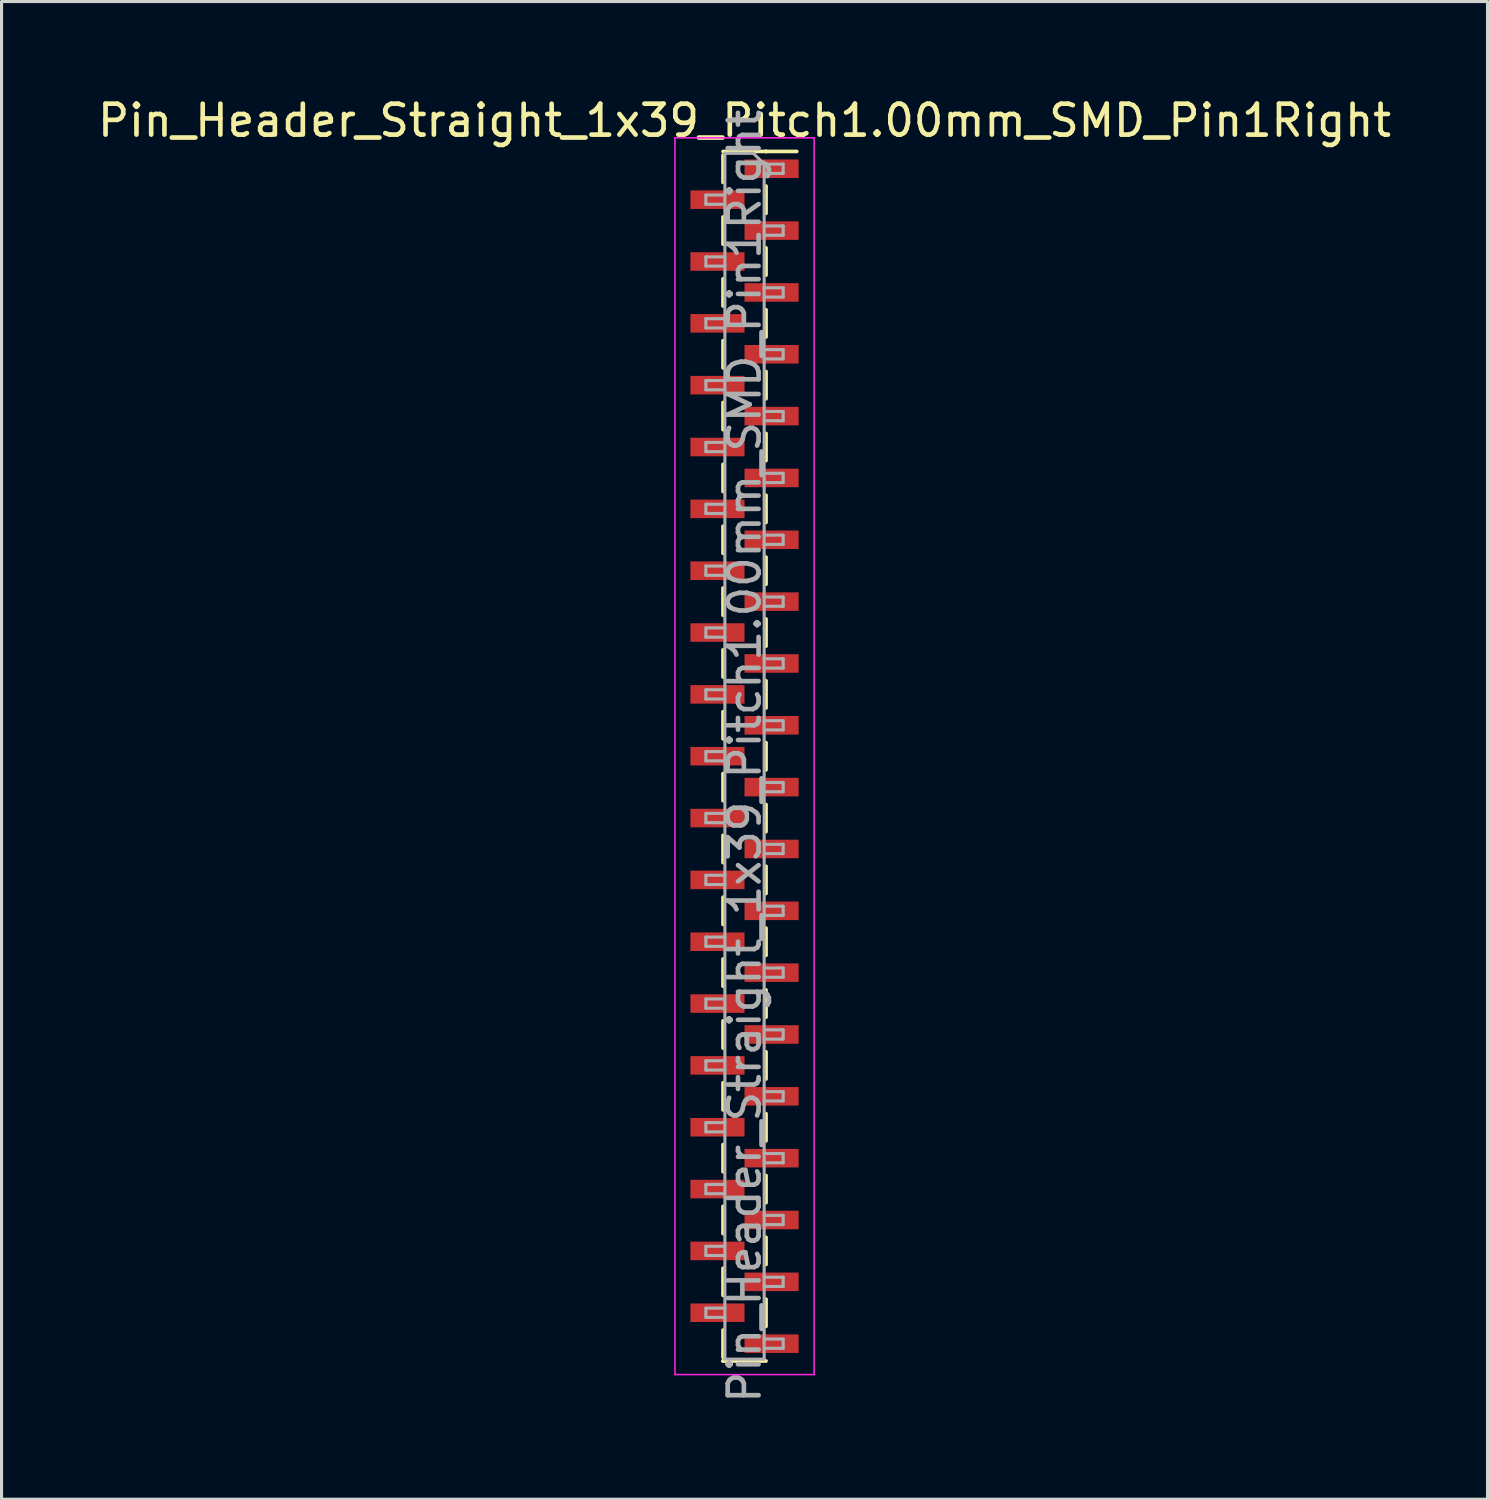
<source format=kicad_pcb>
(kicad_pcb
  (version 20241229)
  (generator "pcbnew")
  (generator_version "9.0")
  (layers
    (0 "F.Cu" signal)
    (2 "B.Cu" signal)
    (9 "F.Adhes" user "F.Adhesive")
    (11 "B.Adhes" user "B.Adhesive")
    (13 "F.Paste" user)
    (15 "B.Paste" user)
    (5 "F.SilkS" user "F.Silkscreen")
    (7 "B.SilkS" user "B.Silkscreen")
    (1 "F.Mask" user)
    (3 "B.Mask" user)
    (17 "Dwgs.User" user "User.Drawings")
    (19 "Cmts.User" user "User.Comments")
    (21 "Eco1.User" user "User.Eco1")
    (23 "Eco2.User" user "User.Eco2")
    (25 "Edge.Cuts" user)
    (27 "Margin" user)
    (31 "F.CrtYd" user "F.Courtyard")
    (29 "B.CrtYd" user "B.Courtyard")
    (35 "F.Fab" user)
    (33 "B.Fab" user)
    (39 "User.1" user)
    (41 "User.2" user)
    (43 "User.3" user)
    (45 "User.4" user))
  (footprint "Pin_Header_Straight_1x39_Pitch1.00mm_SMD_Pin1Right"
    (layer "F.Cu")
    (at 21.03 21.408)
    (property "Reference" "Pin_Header_Straight_1x39_Pitch1.00mm_SMD_Pin1Right" (at 0 -20.56 0) (layer "F.SilkS") (effects (font (size 1 1) (thickness 0.15))))
    (attr smd)
    (fp_line (start -0.695 -19.56) (end 0.695 -19.56) (stroke (width 0.12) (type solid)) (layer "F.SilkS"))
    (fp_line (start -0.695 -19.44) (end -0.695 -18.56) (stroke (width 0.12) (type solid)) (layer "F.SilkS"))
    (fp_line (start -0.695 -17.44) (end -0.695 -16.56) (stroke (width 0.12) (type solid)) (layer "F.SilkS"))
    (fp_line (start -0.695 -15.44) (end -0.695 -14.56) (stroke (width 0.12) (type solid)) (layer "F.SilkS"))
    (fp_line (start -0.695 -13.44) (end -0.695 -12.56) (stroke (width 0.12) (type solid)) (layer "F.SilkS"))
    (fp_line (start -0.695 -11.44) (end -0.695 -10.56) (stroke (width 0.12) (type solid)) (layer "F.SilkS"))
    (fp_line (start -0.695 -9.44) (end -0.695 -8.56) (stroke (width 0.12) (type solid)) (layer "F.SilkS"))
    (fp_line (start -0.695 -7.44) (end -0.695 -6.56) (stroke (width 0.12) (type solid)) (layer "F.SilkS"))
    (fp_line (start -0.695 -5.44) (end -0.695 -4.56) (stroke (width 0.12) (type solid)) (layer "F.SilkS"))
    (fp_line (start -0.695 -3.44) (end -0.695 -2.56) (stroke (width 0.12) (type solid)) (layer "F.SilkS"))
    (fp_line (start -0.695 -1.44) (end -0.695 -0.56) (stroke (width 0.12) (type solid)) (layer "F.SilkS"))
    (fp_line (start -0.695 0.56) (end -0.695 1.44) (stroke (width 0.12) (type solid)) (layer "F.SilkS"))
    (fp_line (start -0.695 2.56) (end -0.695 3.44) (stroke (width 0.12) (type solid)) (layer "F.SilkS"))
    (fp_line (start -0.695 4.56) (end -0.695 5.44) (stroke (width 0.12) (type solid)) (layer "F.SilkS"))
    (fp_line (start -0.695 6.56) (end -0.695 7.44) (stroke (width 0.12) (type solid)) (layer "F.SilkS"))
    (fp_line (start -0.695 8.56) (end -0.695 9.44) (stroke (width 0.12) (type solid)) (layer "F.SilkS"))
    (fp_line (start -0.695 10.56) (end -0.695 11.44) (stroke (width 0.12) (type solid)) (layer "F.SilkS"))
    (fp_line (start -0.695 12.56) (end -0.695 13.44) (stroke (width 0.12) (type solid)) (layer "F.SilkS"))
    (fp_line (start -0.695 14.56) (end -0.695 15.44) (stroke (width 0.12) (type solid)) (layer "F.SilkS"))
    (fp_line (start -0.695 16.56) (end -0.695 17.44) (stroke (width 0.12) (type solid)) (layer "F.SilkS"))
    (fp_line (start -0.695 18.56) (end -0.695 19.44) (stroke (width 0.12) (type solid)) (layer "F.SilkS"))
    (fp_line (start -0.695 19.56) (end -0.695 19.56) (stroke (width 0.12) (type solid)) (layer "F.SilkS"))
    (fp_line (start -0.695 19.56) (end 0.695 19.56) (stroke (width 0.12) (type solid)) (layer "F.SilkS"))
    (fp_line (start 0.695 -19.56) (end 0.695 -19.56) (stroke (width 0.12) (type solid)) (layer "F.SilkS"))
    (fp_line (start 0.695 -19.56) (end 1.69 -19.56) (stroke (width 0.12) (type solid)) (layer "F.SilkS"))
    (fp_line (start 0.695 -18.44) (end 0.695 -17.56) (stroke (width 0.12) (type solid)) (layer "F.SilkS"))
    (fp_line (start 0.695 -16.44) (end 0.695 -15.56) (stroke (width 0.12) (type solid)) (layer "F.SilkS"))
    (fp_line (start 0.695 -14.44) (end 0.695 -13.56) (stroke (width 0.12) (type solid)) (layer "F.SilkS"))
    (fp_line (start 0.695 -12.44) (end 0.695 -11.56) (stroke (width 0.12) (type solid)) (layer "F.SilkS"))
    (fp_line (start 0.695 -10.44) (end 0.695 -9.56) (stroke (width 0.12) (type solid)) (layer "F.SilkS"))
    (fp_line (start 0.695 -8.44) (end 0.695 -7.56) (stroke (width 0.12) (type solid)) (layer "F.SilkS"))
    (fp_line (start 0.695 -6.44) (end 0.695 -5.56) (stroke (width 0.12) (type solid)) (layer "F.SilkS"))
    (fp_line (start 0.695 -4.44) (end 0.695 -3.56) (stroke (width 0.12) (type solid)) (layer "F.SilkS"))
    (fp_line (start 0.695 -2.44) (end 0.695 -1.56) (stroke (width 0.12) (type solid)) (layer "F.SilkS"))
    (fp_line (start 0.695 -0.44) (end 0.695 0.44) (stroke (width 0.12) (type solid)) (layer "F.SilkS"))
    (fp_line (start 0.695 1.56) (end 0.695 2.44) (stroke (width 0.12) (type solid)) (layer "F.SilkS"))
    (fp_line (start 0.695 3.56) (end 0.695 4.44) (stroke (width 0.12) (type solid)) (layer "F.SilkS"))
    (fp_line (start 0.695 5.56) (end 0.695 6.44) (stroke (width 0.12) (type solid)) (layer "F.SilkS"))
    (fp_line (start 0.695 7.56) (end 0.695 8.44) (stroke (width 0.12) (type solid)) (layer "F.SilkS"))
    (fp_line (start 0.695 9.56) (end 0.695 10.44) (stroke (width 0.12) (type solid)) (layer "F.SilkS"))
    (fp_line (start 0.695 11.56) (end 0.695 12.44) (stroke (width 0.12) (type solid)) (layer "F.SilkS"))
    (fp_line (start 0.695 13.56) (end 0.695 14.44) (stroke (width 0.12) (type solid)) (layer "F.SilkS"))
    (fp_line (start 0.695 15.56) (end 0.695 16.44) (stroke (width 0.12) (type solid)) (layer "F.SilkS"))
    (fp_line (start 0.695 17.56) (end 0.695 18.44) (stroke (width 0.12) (type solid)) (layer "F.SilkS"))
    (fp_line (start -2.25 -20) (end -2.25 20) (stroke (width 0.05) (type solid)) (layer "F.CrtYd"))
    (fp_line (start -2.25 20) (end 2.25 20) (stroke (width 0.05) (type solid)) (layer "F.CrtYd"))
    (fp_line (start 2.25 -20) (end -2.25 -20) (stroke (width 0.05) (type solid)) (layer "F.CrtYd"))
    (fp_line (start 2.25 20) (end 2.25 -20) (stroke (width 0.05) (type solid)) (layer "F.CrtYd"))
    (fp_line (start -1.25 -18.15) (end -1.25 -17.85) (stroke (width 0.1) (type solid)) (layer "F.Fab"))
    (fp_line (start -1.25 -17.85) (end -0.635 -17.85) (stroke (width 0.1) (type solid)) (layer "F.Fab"))
    (fp_line (start -1.25 -16.15) (end -1.25 -15.85) (stroke (width 0.1) (type solid)) (layer "F.Fab"))
    (fp_line (start -1.25 -15.85) (end -0.635 -15.85) (stroke (width 0.1) (type solid)) (layer "F.Fab"))
    (fp_line (start -1.25 -14.15) (end -1.25 -13.85) (stroke (width 0.1) (type solid)) (layer "F.Fab"))
    (fp_line (start -1.25 -13.85) (end -0.635 -13.85) (stroke (width 0.1) (type solid)) (layer "F.Fab"))
    (fp_line (start -1.25 -12.15) (end -1.25 -11.85) (stroke (width 0.1) (type solid)) (layer "F.Fab"))
    (fp_line (start -1.25 -11.85) (end -0.635 -11.85) (stroke (width 0.1) (type solid)) (layer "F.Fab"))
    (fp_line (start -1.25 -10.15) (end -1.25 -9.85) (stroke (width 0.1) (type solid)) (layer "F.Fab"))
    (fp_line (start -1.25 -9.85) (end -0.635 -9.85) (stroke (width 0.1) (type solid)) (layer "F.Fab"))
    (fp_line (start -1.25 -8.15) (end -1.25 -7.85) (stroke (width 0.1) (type solid)) (layer "F.Fab"))
    (fp_line (start -1.25 -7.85) (end -0.635 -7.85) (stroke (width 0.1) (type solid)) (layer "F.Fab"))
    (fp_line (start -1.25 -6.15) (end -1.25 -5.85) (stroke (width 0.1) (type solid)) (layer "F.Fab"))
    (fp_line (start -1.25 -5.85) (end -0.635 -5.85) (stroke (width 0.1) (type solid)) (layer "F.Fab"))
    (fp_line (start -1.25 -4.15) (end -1.25 -3.85) (stroke (width 0.1) (type solid)) (layer "F.Fab"))
    (fp_line (start -1.25 -3.85) (end -0.635 -3.85) (stroke (width 0.1) (type solid)) (layer "F.Fab"))
    (fp_line (start -1.25 -2.15) (end -1.25 -1.85) (stroke (width 0.1) (type solid)) (layer "F.Fab"))
    (fp_line (start -1.25 -1.85) (end -0.635 -1.85) (stroke (width 0.1) (type solid)) (layer "F.Fab"))
    (fp_line (start -1.25 -0.15) (end -1.25 0.15) (stroke (width 0.1) (type solid)) (layer "F.Fab"))
    (fp_line (start -1.25 0.15) (end -0.635 0.15) (stroke (width 0.1) (type solid)) (layer "F.Fab"))
    (fp_line (start -1.25 1.85) (end -1.25 2.15) (stroke (width 0.1) (type solid)) (layer "F.Fab"))
    (fp_line (start -1.25 2.15) (end -0.635 2.15) (stroke (width 0.1) (type solid)) (layer "F.Fab"))
    (fp_line (start -1.25 3.85) (end -1.25 4.15) (stroke (width 0.1) (type solid)) (layer "F.Fab"))
    (fp_line (start -1.25 4.15) (end -0.635 4.15) (stroke (width 0.1) (type solid)) (layer "F.Fab"))
    (fp_line (start -1.25 5.85) (end -1.25 6.15) (stroke (width 0.1) (type solid)) (layer "F.Fab"))
    (fp_line (start -1.25 6.15) (end -0.635 6.15) (stroke (width 0.1) (type solid)) (layer "F.Fab"))
    (fp_line (start -1.25 7.85) (end -1.25 8.15) (stroke (width 0.1) (type solid)) (layer "F.Fab"))
    (fp_line (start -1.25 8.15) (end -0.635 8.15) (stroke (width 0.1) (type solid)) (layer "F.Fab"))
    (fp_line (start -1.25 9.85) (end -1.25 10.15) (stroke (width 0.1) (type solid)) (layer "F.Fab"))
    (fp_line (start -1.25 10.15) (end -0.635 10.15) (stroke (width 0.1) (type solid)) (layer "F.Fab"))
    (fp_line (start -1.25 11.85) (end -1.25 12.15) (stroke (width 0.1) (type solid)) (layer "F.Fab"))
    (fp_line (start -1.25 12.15) (end -0.635 12.15) (stroke (width 0.1) (type solid)) (layer "F.Fab"))
    (fp_line (start -1.25 13.85) (end -1.25 14.15) (stroke (width 0.1) (type solid)) (layer "F.Fab"))
    (fp_line (start -1.25 14.15) (end -0.635 14.15) (stroke (width 0.1) (type solid)) (layer "F.Fab"))
    (fp_line (start -1.25 15.85) (end -1.25 16.15) (stroke (width 0.1) (type solid)) (layer "F.Fab"))
    (fp_line (start -1.25 16.15) (end -0.635 16.15) (stroke (width 0.1) (type solid)) (layer "F.Fab"))
    (fp_line (start -1.25 17.85) (end -1.25 18.15) (stroke (width 0.1) (type solid)) (layer "F.Fab"))
    (fp_line (start -1.25 18.15) (end -0.635 18.15) (stroke (width 0.1) (type solid)) (layer "F.Fab"))
    (fp_line (start -0.635 -19.5) (end -0.635 19.5) (stroke (width 0.1) (type solid)) (layer "F.Fab"))
    (fp_line (start -0.635 -19.5) (end 0.285 -19.5) (stroke (width 0.1) (type solid)) (layer "F.Fab"))
    (fp_line (start -0.635 -18.15) (end -1.25 -18.15) (stroke (width 0.1) (type solid)) (layer "F.Fab"))
    (fp_line (start -0.635 -16.15) (end -1.25 -16.15) (stroke (width 0.1) (type solid)) (layer "F.Fab"))
    (fp_line (start -0.635 -14.15) (end -1.25 -14.15) (stroke (width 0.1) (type solid)) (layer "F.Fab"))
    (fp_line (start -0.635 -12.15) (end -1.25 -12.15) (stroke (width 0.1) (type solid)) (layer "F.Fab"))
    (fp_line (start -0.635 -10.15) (end -1.25 -10.15) (stroke (width 0.1) (type solid)) (layer "F.Fab"))
    (fp_line (start -0.635 -8.15) (end -1.25 -8.15) (stroke (width 0.1) (type solid)) (layer "F.Fab"))
    (fp_line (start -0.635 -6.15) (end -1.25 -6.15) (stroke (width 0.1) (type solid)) (layer "F.Fab"))
    (fp_line (start -0.635 -4.15) (end -1.25 -4.15) (stroke (width 0.1) (type solid)) (layer "F.Fab"))
    (fp_line (start -0.635 -2.15) (end -1.25 -2.15) (stroke (width 0.1) (type solid)) (layer "F.Fab"))
    (fp_line (start -0.635 -0.15) (end -1.25 -0.15) (stroke (width 0.1) (type solid)) (layer "F.Fab"))
    (fp_line (start -0.635 1.85) (end -1.25 1.85) (stroke (width 0.1) (type solid)) (layer "F.Fab"))
    (fp_line (start -0.635 3.85) (end -1.25 3.85) (stroke (width 0.1) (type solid)) (layer "F.Fab"))
    (fp_line (start -0.635 5.85) (end -1.25 5.85) (stroke (width 0.1) (type solid)) (layer "F.Fab"))
    (fp_line (start -0.635 7.85) (end -1.25 7.85) (stroke (width 0.1) (type solid)) (layer "F.Fab"))
    (fp_line (start -0.635 9.85) (end -1.25 9.85) (stroke (width 0.1) (type solid)) (layer "F.Fab"))
    (fp_line (start -0.635 11.85) (end -1.25 11.85) (stroke (width 0.1) (type solid)) (layer "F.Fab"))
    (fp_line (start -0.635 13.85) (end -1.25 13.85) (stroke (width 0.1) (type solid)) (layer "F.Fab"))
    (fp_line (start -0.635 15.85) (end -1.25 15.85) (stroke (width 0.1) (type solid)) (layer "F.Fab"))
    (fp_line (start -0.635 17.85) (end -1.25 17.85) (stroke (width 0.1) (type solid)) (layer "F.Fab"))
    (fp_line (start 0.635 -19.15) (end 0.285 -19.5) (stroke (width 0.1) (type solid)) (layer "F.Fab"))
    (fp_line (start 0.635 -19.15) (end 1.25 -19.15) (stroke (width 0.1) (type solid)) (layer "F.Fab"))
    (fp_line (start 0.635 -17.15) (end 1.25 -17.15) (stroke (width 0.1) (type solid)) (layer "F.Fab"))
    (fp_line (start 0.635 -15.15) (end 1.25 -15.15) (stroke (width 0.1) (type solid)) (layer "F.Fab"))
    (fp_line (start 0.635 -13.15) (end 1.25 -13.15) (stroke (width 0.1) (type solid)) (layer "F.Fab"))
    (fp_line (start 0.635 -11.15) (end 1.25 -11.15) (stroke (width 0.1) (type solid)) (layer "F.Fab"))
    (fp_line (start 0.635 -9.15) (end 1.25 -9.15) (stroke (width 0.1) (type solid)) (layer "F.Fab"))
    (fp_line (start 0.635 -7.15) (end 1.25 -7.15) (stroke (width 0.1) (type solid)) (layer "F.Fab"))
    (fp_line (start 0.635 -5.15) (end 1.25 -5.15) (stroke (width 0.1) (type solid)) (layer "F.Fab"))
    (fp_line (start 0.635 -3.15) (end 1.25 -3.15) (stroke (width 0.1) (type solid)) (layer "F.Fab"))
    (fp_line (start 0.635 -1.15) (end 1.25 -1.15) (stroke (width 0.1) (type solid)) (layer "F.Fab"))
    (fp_line (start 0.635 0.85) (end 1.25 0.85) (stroke (width 0.1) (type solid)) (layer "F.Fab"))
    (fp_line (start 0.635 2.85) (end 1.25 2.85) (stroke (width 0.1) (type solid)) (layer "F.Fab"))
    (fp_line (start 0.635 4.85) (end 1.25 4.85) (stroke (width 0.1) (type solid)) (layer "F.Fab"))
    (fp_line (start 0.635 6.85) (end 1.25 6.85) (stroke (width 0.1) (type solid)) (layer "F.Fab"))
    (fp_line (start 0.635 8.85) (end 1.25 8.85) (stroke (width 0.1) (type solid)) (layer "F.Fab"))
    (fp_line (start 0.635 10.85) (end 1.25 10.85) (stroke (width 0.1) (type solid)) (layer "F.Fab"))
    (fp_line (start 0.635 12.85) (end 1.25 12.85) (stroke (width 0.1) (type solid)) (layer "F.Fab"))
    (fp_line (start 0.635 14.85) (end 1.25 14.85) (stroke (width 0.1) (type solid)) (layer "F.Fab"))
    (fp_line (start 0.635 16.85) (end 1.25 16.85) (stroke (width 0.1) (type solid)) (layer "F.Fab"))
    (fp_line (start 0.635 18.85) (end 1.25 18.85) (stroke (width 0.1) (type solid)) (layer "F.Fab"))
    (fp_line (start 0.635 19.5) (end -0.635 19.5) (stroke (width 0.1) (type solid)) (layer "F.Fab"))
    (fp_line (start 0.635 19.5) (end 0.635 -19.15) (stroke (width 0.1) (type solid)) (layer "F.Fab"))
    (fp_line (start 1.25 -19.15) (end 1.25 -18.85) (stroke (width 0.1) (type solid)) (layer "F.Fab"))
    (fp_line (start 1.25 -18.85) (end 0.635 -18.85) (stroke (width 0.1) (type solid)) (layer "F.Fab"))
    (fp_line (start 1.25 -17.15) (end 1.25 -16.85) (stroke (width 0.1) (type solid)) (layer "F.Fab"))
    (fp_line (start 1.25 -16.85) (end 0.635 -16.85) (stroke (width 0.1) (type solid)) (layer "F.Fab"))
    (fp_line (start 1.25 -15.15) (end 1.25 -14.85) (stroke (width 0.1) (type solid)) (layer "F.Fab"))
    (fp_line (start 1.25 -14.85) (end 0.635 -14.85) (stroke (width 0.1) (type solid)) (layer "F.Fab"))
    (fp_line (start 1.25 -13.15) (end 1.25 -12.85) (stroke (width 0.1) (type solid)) (layer "F.Fab"))
    (fp_line (start 1.25 -12.85) (end 0.635 -12.85) (stroke (width 0.1) (type solid)) (layer "F.Fab"))
    (fp_line (start 1.25 -11.15) (end 1.25 -10.85) (stroke (width 0.1) (type solid)) (layer "F.Fab"))
    (fp_line (start 1.25 -10.85) (end 0.635 -10.85) (stroke (width 0.1) (type solid)) (layer "F.Fab"))
    (fp_line (start 1.25 -9.15) (end 1.25 -8.85) (stroke (width 0.1) (type solid)) (layer "F.Fab"))
    (fp_line (start 1.25 -8.85) (end 0.635 -8.85) (stroke (width 0.1) (type solid)) (layer "F.Fab"))
    (fp_line (start 1.25 -7.15) (end 1.25 -6.85) (stroke (width 0.1) (type solid)) (layer "F.Fab"))
    (fp_line (start 1.25 -6.85) (end 0.635 -6.85) (stroke (width 0.1) (type solid)) (layer "F.Fab"))
    (fp_line (start 1.25 -5.15) (end 1.25 -4.85) (stroke (width 0.1) (type solid)) (layer "F.Fab"))
    (fp_line (start 1.25 -4.85) (end 0.635 -4.85) (stroke (width 0.1) (type solid)) (layer "F.Fab"))
    (fp_line (start 1.25 -3.15) (end 1.25 -2.85) (stroke (width 0.1) (type solid)) (layer "F.Fab"))
    (fp_line (start 1.25 -2.85) (end 0.635 -2.85) (stroke (width 0.1) (type solid)) (layer "F.Fab"))
    (fp_line (start 1.25 -1.15) (end 1.25 -0.85) (stroke (width 0.1) (type solid)) (layer "F.Fab"))
    (fp_line (start 1.25 -0.85) (end 0.635 -0.85) (stroke (width 0.1) (type solid)) (layer "F.Fab"))
    (fp_line (start 1.25 0.85) (end 1.25 1.15) (stroke (width 0.1) (type solid)) (layer "F.Fab"))
    (fp_line (start 1.25 1.15) (end 0.635 1.15) (stroke (width 0.1) (type solid)) (layer "F.Fab"))
    (fp_line (start 1.25 2.85) (end 1.25 3.15) (stroke (width 0.1) (type solid)) (layer "F.Fab"))
    (fp_line (start 1.25 3.15) (end 0.635 3.15) (stroke (width 0.1) (type solid)) (layer "F.Fab"))
    (fp_line (start 1.25 4.85) (end 1.25 5.15) (stroke (width 0.1) (type solid)) (layer "F.Fab"))
    (fp_line (start 1.25 5.15) (end 0.635 5.15) (stroke (width 0.1) (type solid)) (layer "F.Fab"))
    (fp_line (start 1.25 6.85) (end 1.25 7.15) (stroke (width 0.1) (type solid)) (layer "F.Fab"))
    (fp_line (start 1.25 7.15) (end 0.635 7.15) (stroke (width 0.1) (type solid)) (layer "F.Fab"))
    (fp_line (start 1.25 8.85) (end 1.25 9.15) (stroke (width 0.1) (type solid)) (layer "F.Fab"))
    (fp_line (start 1.25 9.15) (end 0.635 9.15) (stroke (width 0.1) (type solid)) (layer "F.Fab"))
    (fp_line (start 1.25 10.85) (end 1.25 11.15) (stroke (width 0.1) (type solid)) (layer "F.Fab"))
    (fp_line (start 1.25 11.15) (end 0.635 11.15) (stroke (width 0.1) (type solid)) (layer "F.Fab"))
    (fp_line (start 1.25 12.85) (end 1.25 13.15) (stroke (width 0.1) (type solid)) (layer "F.Fab"))
    (fp_line (start 1.25 13.15) (end 0.635 13.15) (stroke (width 0.1) (type solid)) (layer "F.Fab"))
    (fp_line (start 1.25 14.85) (end 1.25 15.15) (stroke (width 0.1) (type solid)) (layer "F.Fab"))
    (fp_line (start 1.25 15.15) (end 0.635 15.15) (stroke (width 0.1) (type solid)) (layer "F.Fab"))
    (fp_line (start 1.25 16.85) (end 1.25 17.15) (stroke (width 0.1) (type solid)) (layer "F.Fab"))
    (fp_line (start 1.25 17.15) (end 0.635 17.15) (stroke (width 0.1) (type solid)) (layer "F.Fab"))
    (fp_line (start 1.25 18.85) (end 1.25 19.15) (stroke (width 0.1) (type solid)) (layer "F.Fab"))
    (fp_line (start 1.25 19.15) (end 0.635 19.15) (stroke (width 0.1) (type solid)) (layer "F.Fab"))
    (fp_text user "${REFERENCE}" (at 0 0 90) (layer "F.Fab") (effects (font (size 1 1) (thickness 0.15))))
    (pad "1" smd rect (at 0.875 -19) (size 1.75 0.6) (layers "F.Cu" "F.Mask" "F.Paste"))
    (pad "2" smd rect (at -0.875 -18) (size 1.75 0.6) (layers "F.Cu" "F.Mask" "F.Paste"))
    (pad "3" smd rect (at 0.875 -17) (size 1.75 0.6) (layers "F.Cu" "F.Mask" "F.Paste"))
    (pad "4" smd rect (at -0.875 -16) (size 1.75 0.6) (layers "F.Cu" "F.Mask" "F.Paste"))
    (pad "5" smd rect (at 0.875 -15) (size 1.75 0.6) (layers "F.Cu" "F.Mask" "F.Paste"))
    (pad "6" smd rect (at -0.875 -14) (size 1.75 0.6) (layers "F.Cu" "F.Mask" "F.Paste"))
    (pad "7" smd rect (at 0.875 -13) (size 1.75 0.6) (layers "F.Cu" "F.Mask" "F.Paste"))
    (pad "8" smd rect (at -0.875 -12) (size 1.75 0.6) (layers "F.Cu" "F.Mask" "F.Paste"))
    (pad "9" smd rect (at 0.875 -11) (size 1.75 0.6) (layers "F.Cu" "F.Mask" "F.Paste"))
    (pad "10" smd rect (at -0.875 -10) (size 1.75 0.6) (layers "F.Cu" "F.Mask" "F.Paste"))
    (pad "11" smd rect (at 0.875 -9) (size 1.75 0.6) (layers "F.Cu" "F.Mask" "F.Paste"))
    (pad "12" smd rect (at -0.875 -8) (size 1.75 0.6) (layers "F.Cu" "F.Mask" "F.Paste"))
    (pad "13" smd rect (at 0.875 -7) (size 1.75 0.6) (layers "F.Cu" "F.Mask" "F.Paste"))
    (pad "14" smd rect (at -0.875 -6) (size 1.75 0.6) (layers "F.Cu" "F.Mask" "F.Paste"))
    (pad "15" smd rect (at 0.875 -5) (size 1.75 0.6) (layers "F.Cu" "F.Mask" "F.Paste"))
    (pad "16" smd rect (at -0.875 -4) (size 1.75 0.6) (layers "F.Cu" "F.Mask" "F.Paste"))
    (pad "17" smd rect (at 0.875 -3) (size 1.75 0.6) (layers "F.Cu" "F.Mask" "F.Paste"))
    (pad "18" smd rect (at -0.875 -2) (size 1.75 0.6) (layers "F.Cu" "F.Mask" "F.Paste"))
    (pad "19" smd rect (at 0.875 -1) (size 1.75 0.6) (layers "F.Cu" "F.Mask" "F.Paste"))
    (pad "20" smd rect (at -0.875 0) (size 1.75 0.6) (layers "F.Cu" "F.Mask" "F.Paste"))
    (pad "21" smd rect (at 0.875 1) (size 1.75 0.6) (layers "F.Cu" "F.Mask" "F.Paste"))
    (pad "22" smd rect (at -0.875 2) (size 1.75 0.6) (layers "F.Cu" "F.Mask" "F.Paste"))
    (pad "23" smd rect (at 0.875 3) (size 1.75 0.6) (layers "F.Cu" "F.Mask" "F.Paste"))
    (pad "24" smd rect (at -0.875 4) (size 1.75 0.6) (layers "F.Cu" "F.Mask" "F.Paste"))
    (pad "25" smd rect (at 0.875 5) (size 1.75 0.6) (layers "F.Cu" "F.Mask" "F.Paste"))
    (pad "26" smd rect (at -0.875 6) (size 1.75 0.6) (layers "F.Cu" "F.Mask" "F.Paste"))
    (pad "27" smd rect (at 0.875 7) (size 1.75 0.6) (layers "F.Cu" "F.Mask" "F.Paste"))
    (pad "28" smd rect (at -0.875 8) (size 1.75 0.6) (layers "F.Cu" "F.Mask" "F.Paste"))
    (pad "29" smd rect (at 0.875 9) (size 1.75 0.6) (layers "F.Cu" "F.Mask" "F.Paste"))
    (pad "30" smd rect (at -0.875 10) (size 1.75 0.6) (layers "F.Cu" "F.Mask" "F.Paste"))
    (pad "31" smd rect (at 0.875 11) (size 1.75 0.6) (layers "F.Cu" "F.Mask" "F.Paste"))
    (pad "32" smd rect (at -0.875 12) (size 1.75 0.6) (layers "F.Cu" "F.Mask" "F.Paste"))
    (pad "33" smd rect (at 0.875 13) (size 1.75 0.6) (layers "F.Cu" "F.Mask" "F.Paste"))
    (pad "34" smd rect (at -0.875 14) (size 1.75 0.6) (layers "F.Cu" "F.Mask" "F.Paste"))
    (pad "35" smd rect (at 0.875 15) (size 1.75 0.6) (layers "F.Cu" "F.Mask" "F.Paste"))
    (pad "36" smd rect (at -0.875 16) (size 1.75 0.6) (layers "F.Cu" "F.Mask" "F.Paste"))
    (pad "37" smd rect (at 0.875 17) (size 1.75 0.6) (layers "F.Cu" "F.Mask" "F.Paste"))
    (pad "38" smd rect (at -0.875 18) (size 1.75 0.6) (layers "F.Cu" "F.Mask" "F.Paste"))
    (pad "39" smd rect (at 0.875 19) (size 1.75 0.6) (layers "F.Cu" "F.Mask" "F.Paste")))
  (gr_rect
    (start -3 -3)
    (end 45.06 45.438)
    (stroke (width 0.1) (type default))
    (fill no)
    (layer "Edge.Cuts")))
</source>
